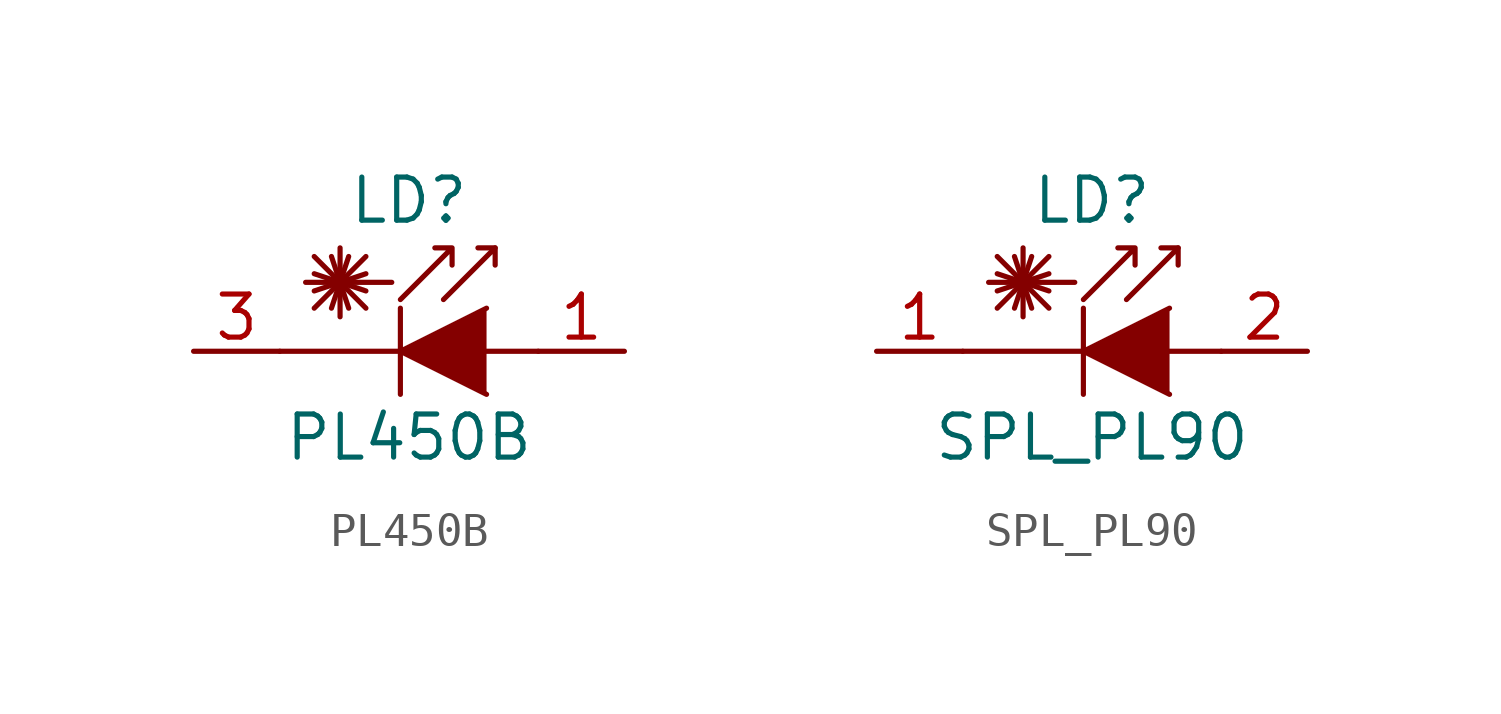
<source format=kicad_sym>
(kicad_symbol_lib
  (version 20201005)
  (generator kicad_symbol_editor)
  (symbol "PL450B"
    (pin_names
      (offset 1.016) hide)
    (property "Reference" "LD"
      (at -1.27 4.445 0)
      (effects (font (size 1.27 1.27))))
    (property "Value" "PL450B"
      (at -1.27 -2.54 0)
      (effects (font (size 1.27 1.27))))
    (symbol "PL450B_0_1"
      (polyline (pts (xy -4.064 1.27) (xy -2.54 2.794)) (stroke (width 0)) (fill (type none)))
      (polyline (pts (xy -4.064 1.778) (xy -2.54 2.286)) (stroke (width 0)) (fill (type none)))
      (polyline (pts (xy -4.064 2.286) (xy -2.54 1.778)) (stroke (width 0)) (fill (type none)))
      (polyline (pts (xy -4.064 2.794) (xy -2.54 1.27)) (stroke (width 0)) (fill (type none)))
      (polyline (pts (xy -3.556 2.794) (xy -3.048 1.27)) (stroke (width 0)) (fill (type none)))
      (polyline (pts (xy -3.302 2.032) (xy -3.302 1.016)) (stroke (width 0)) (fill (type none)))
      (polyline (pts (xy -3.302 2.032) (xy -3.302 3.048)) (stroke (width 0)) (fill (type none)))
      (polyline (pts (xy -3.048 2.794) (xy -3.556 1.27)) (stroke (width 0)) (fill (type none)))
      (polyline (pts (xy -1.778 2.032) (xy -4.318 2.032)) (stroke (width 0)) (fill (type none)))
      (polyline (pts (xy -1.524 1.27) (xy -1.524 -1.27)) (stroke (width 0.152)) (fill (type none)))
      (polyline (pts (xy 1.27 3.048) (xy 0.762 3.048)) (stroke (width 0)) (fill (type none)))
      (polyline (pts (xy 2.54 0) (xy -5.08 0)) (stroke (width 0)) (fill (type none)))
      (polyline (pts (xy -0.254 1.524) (xy 1.27 3.048) (xy 1.27 2.54)) (stroke (width 0)) (fill (type none)))
      (polyline (pts (xy -1.524 1.524) (xy 0 3.048) (xy 0 2.54) (xy 0 3.048) (xy -0.508 3.048)) (stroke (width 0)) (fill (type none)))
      (polyline (pts (xy 1.016 1.27) (xy -1.524 0) (xy 1.016 -1.27)) (stroke (width 0)) (fill (type outline))))
    (symbol "PL450B_1_1"
      (pin passive line (at 5.08 0 180) (length 2.54) (name "A" (effects (font (size 1.27 1.27)))) (number "1" (effects (font (size 1.27 1.27)))))
      (pin no_connect line (at -7.62 2.54 0) (length 2.54) hide (name "NC" (effects (font (size 1.27 1.27)))) (number "2" (effects (font (size 1.27 1.27)))))
      (pin passive line (at -7.62 0 0) (length 2.54) (name "C" (effects (font (size 1.27 1.27)))) (number "3" (effects (font (size 1.27 1.27)))))))
  (symbol "SPL_PL90"
    (pin_names
      (offset 1.016) hide)
    (property "Reference" "LD"
      (at -1.27 4.445 0)
      (effects (font (size 1.27 1.27))))
    (property "Value" "SPL_PL90"
      (at -1.27 -2.54 0)
      (effects (font (size 1.27 1.27))))
    (symbol "SPL_PL90_0_1"
      (polyline (pts (xy -4.064 1.27) (xy -2.54 2.794)) (stroke (width 0)) (fill (type none)))
      (polyline (pts (xy -4.064 1.778) (xy -2.54 2.286)) (stroke (width 0)) (fill (type none)))
      (polyline (pts (xy -4.064 2.286) (xy -2.54 1.778)) (stroke (width 0)) (fill (type none)))
      (polyline (pts (xy -4.064 2.794) (xy -2.54 1.27)) (stroke (width 0)) (fill (type none)))
      (polyline (pts (xy -3.556 2.794) (xy -3.048 1.27)) (stroke (width 0)) (fill (type none)))
      (polyline (pts (xy -3.302 2.032) (xy -3.302 1.016)) (stroke (width 0)) (fill (type none)))
      (polyline (pts (xy -3.302 2.032) (xy -3.302 3.048)) (stroke (width 0)) (fill (type none)))
      (polyline (pts (xy -3.048 2.794) (xy -3.556 1.27)) (stroke (width 0)) (fill (type none)))
      (polyline (pts (xy -1.778 2.032) (xy -4.318 2.032)) (stroke (width 0)) (fill (type none)))
      (polyline (pts (xy -1.524 1.27) (xy -1.524 -1.27)) (stroke (width 0.152)) (fill (type none)))
      (polyline (pts (xy 1.27 3.048) (xy 0.762 3.048)) (stroke (width 0)) (fill (type none)))
      (polyline (pts (xy 2.54 0) (xy -5.08 0)) (stroke (width 0)) (fill (type none)))
      (polyline (pts (xy -0.254 1.524) (xy 1.27 3.048) (xy 1.27 2.54)) (stroke (width 0)) (fill (type none)))
      (polyline (pts (xy -1.524 1.524) (xy 0 3.048) (xy 0 2.54) (xy 0 3.048) (xy -0.508 3.048)) (stroke (width 0)) (fill (type none)))
      (polyline (pts (xy 1.016 1.27) (xy -1.524 0) (xy 1.016 -1.27)) (stroke (width 0)) (fill (type outline))))
    (symbol "SPL_PL90_1_1"
      (pin passive line (at -7.62 0 0) (length 2.54) (name "C" (effects (font (size 1.27 1.27)))) (number "1" (effects (font (size 1.27 1.27)))))
      (pin passive line (at 5.08 0 180) (length 2.54) (name "A" (effects (font (size 1.27 1.27)))) (number "2" (effects (font (size 1.27 1.27))))))))
</source>
